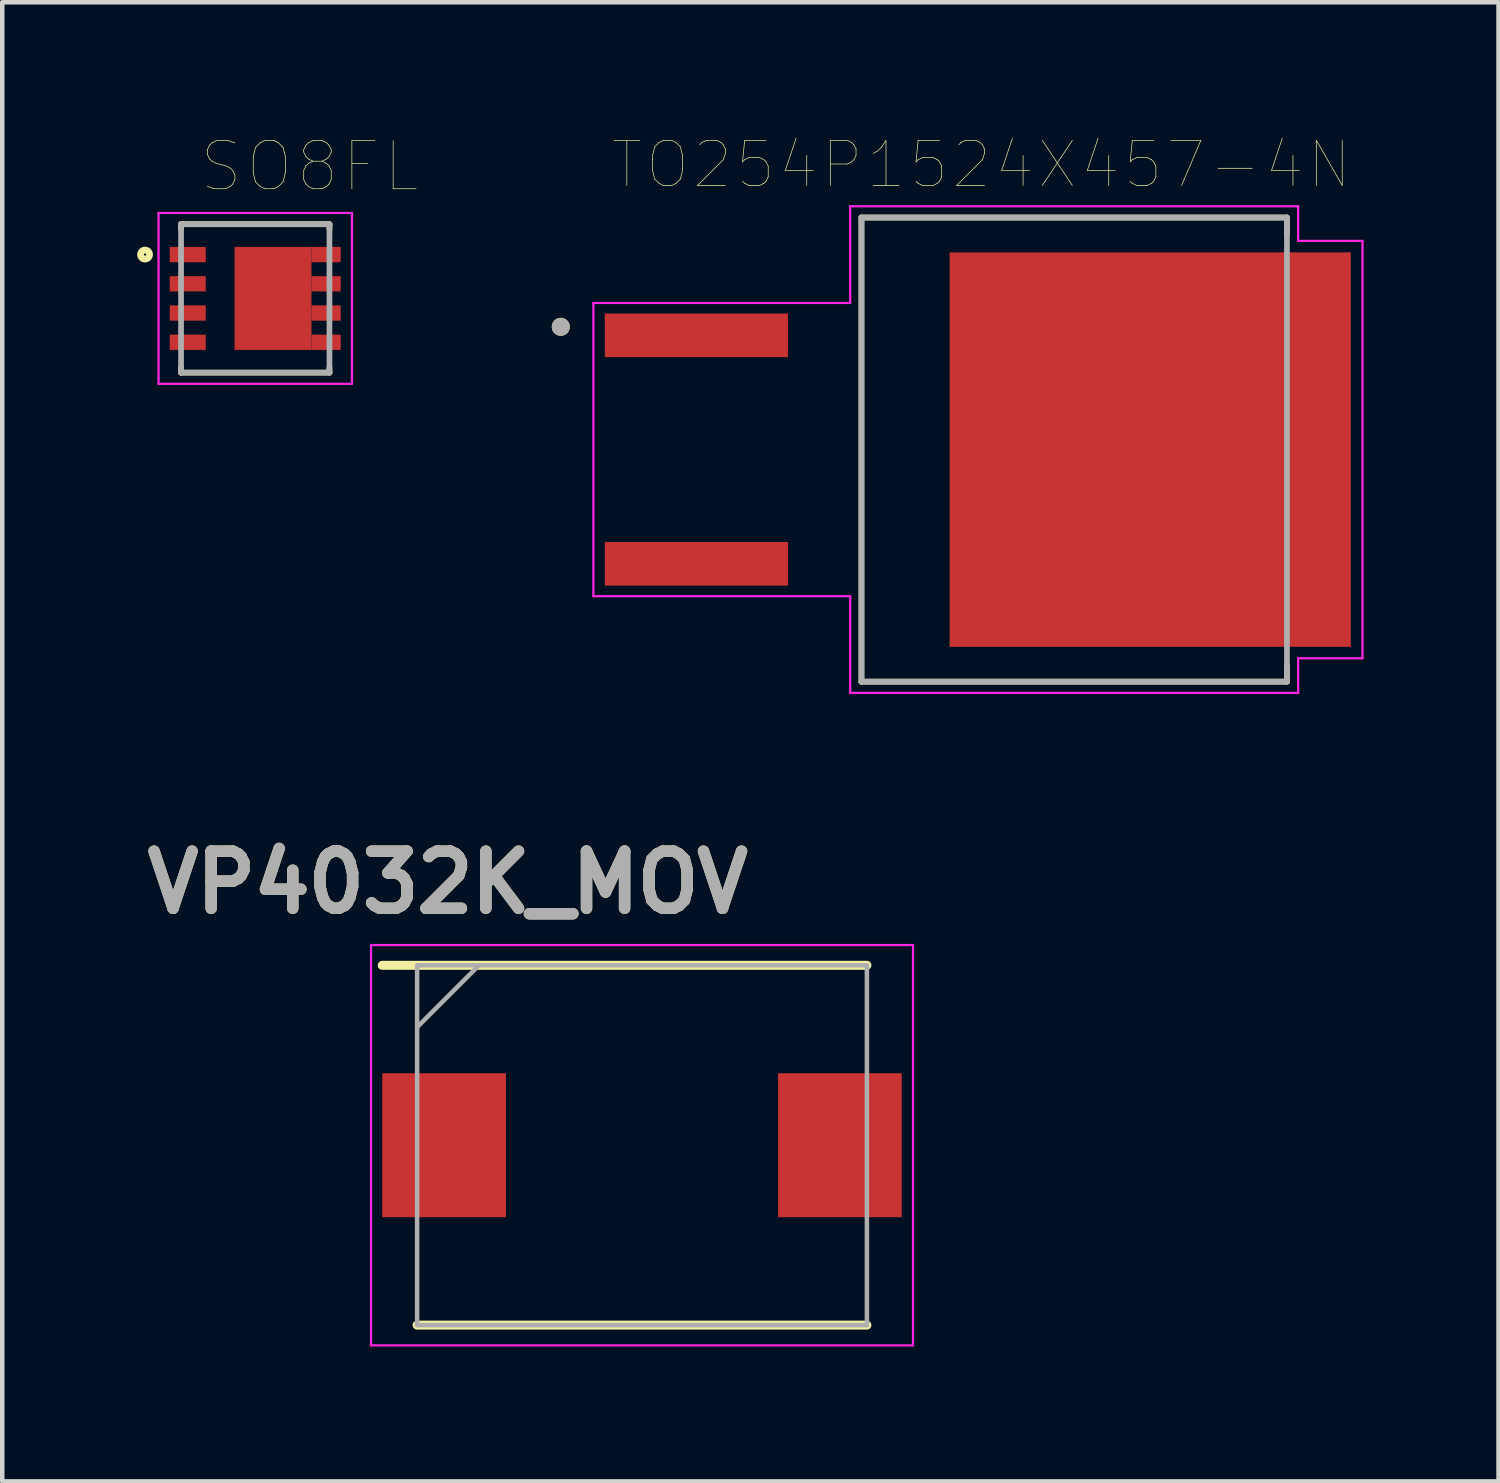
<source format=kicad_pcb>
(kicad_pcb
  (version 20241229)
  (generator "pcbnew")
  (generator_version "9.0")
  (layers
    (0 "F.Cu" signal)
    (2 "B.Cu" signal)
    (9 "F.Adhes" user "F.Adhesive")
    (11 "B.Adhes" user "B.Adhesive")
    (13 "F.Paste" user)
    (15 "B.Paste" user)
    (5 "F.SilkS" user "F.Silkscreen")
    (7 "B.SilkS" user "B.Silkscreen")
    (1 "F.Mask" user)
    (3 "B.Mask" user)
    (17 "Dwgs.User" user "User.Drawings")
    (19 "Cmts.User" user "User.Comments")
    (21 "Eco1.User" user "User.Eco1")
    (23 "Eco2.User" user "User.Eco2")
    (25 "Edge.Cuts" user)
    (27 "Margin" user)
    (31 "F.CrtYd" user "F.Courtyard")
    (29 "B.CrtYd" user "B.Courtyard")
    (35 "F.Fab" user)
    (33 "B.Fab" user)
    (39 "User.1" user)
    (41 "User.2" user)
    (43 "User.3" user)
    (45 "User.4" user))
  (footprint "TO254P1524X457-4N"
    (layer "F.Cu")
    (at 18.693 6.946)
    (property "Reference" "TO254P1524X457-4N" (at 0.075 -6.335 0) (layer "F.SilkS") (effects (font (size 1 1) (thickness 0.015))))
    (attr through_hole)
    (fp_line (start -2.59 -5.16) (end -2.59 5.16) (stroke (width 0.127) (type solid)) (layer "F.SilkS"))
    (fp_line (start -2.59 5.16) (end 6.87 5.16) (stroke (width 0.127) (type solid)) (layer "F.SilkS"))
    (fp_line (start 6.87 -5.16) (end -2.59 -5.16) (stroke (width 0.127) (type solid)) (layer "F.SilkS"))
    (fp_line (start 6.87 -5.16) (end 6.87 -4.8) (stroke (width 0.127) (type solid)) (layer "F.SilkS"))
    (fp_line (start 6.87 4.8) (end 6.87 5.16) (stroke (width 0.127) (type solid)) (layer "F.SilkS"))
    (fp_circle (center -9.275 -2.73) (end -9.175 -2.73) (stroke (width 0.2) (type solid)) (fill no) (layer "F.SilkS"))
    (fp_poly (pts (xy -0.205 -3.995) (xy 1.175 -3.995) (xy 1.175 -2.575) (xy -0.205 -2.575)) (stroke (width 0.01) (type solid)) (fill yes) (layer "F.Paste"))
    (fp_poly (pts (xy -0.205 -1.805) (xy 1.175 -1.805) (xy 1.175 -0.385) (xy -0.205 -0.385)) (stroke (width 0.01) (type solid)) (fill yes) (layer "F.Paste"))
    (fp_poly (pts (xy -0.205 0.385) (xy 1.175 0.385) (xy 1.175 1.805) (xy -0.205 1.805)) (stroke (width 0.01) (type solid)) (fill yes) (layer "F.Paste"))
    (fp_poly (pts (xy -0.205 2.575) (xy 1.175 2.575) (xy 1.175 3.995) (xy -0.205 3.995)) (stroke (width 0.01) (type solid)) (fill yes) (layer "F.Paste"))
    (fp_poly (pts (xy 2.025 -3.995) (xy 3.405 -3.995) (xy 3.405 -2.575) (xy 2.025 -2.575)) (stroke (width 0.01) (type solid)) (fill yes) (layer "F.Paste"))
    (fp_poly (pts (xy 2.025 -1.805) (xy 3.405 -1.805) (xy 3.405 -0.385) (xy 2.025 -0.385)) (stroke (width 0.01) (type solid)) (fill yes) (layer "F.Paste"))
    (fp_poly (pts (xy 2.025 0.385) (xy 3.405 0.385) (xy 3.405 1.805) (xy 2.025 1.805)) (stroke (width 0.01) (type solid)) (fill yes) (layer "F.Paste"))
    (fp_poly (pts (xy 2.025 2.575) (xy 3.405 2.575) (xy 3.405 3.995) (xy 2.025 3.995)) (stroke (width 0.01) (type solid)) (fill yes) (layer "F.Paste"))
    (fp_poly (pts (xy 4.255 -3.995) (xy 5.635 -3.995) (xy 5.635 -2.575) (xy 4.255 -2.575)) (stroke (width 0.01) (type solid)) (fill yes) (layer "F.Paste"))
    (fp_poly (pts (xy 4.255 -1.805) (xy 5.635 -1.805) (xy 5.635 -0.385) (xy 4.255 -0.385)) (stroke (width 0.01) (type solid)) (fill yes) (layer "F.Paste"))
    (fp_poly (pts (xy 4.255 0.385) (xy 5.635 0.385) (xy 5.635 1.805) (xy 4.255 1.805)) (stroke (width 0.01) (type solid)) (fill yes) (layer "F.Paste"))
    (fp_poly (pts (xy 4.255 2.575) (xy 5.635 2.575) (xy 5.635 3.995) (xy 4.255 3.995)) (stroke (width 0.01) (type solid)) (fill yes) (layer "F.Paste"))
    (fp_poly (pts (xy 6.485 -3.995) (xy 7.865 -3.995) (xy 7.865 -2.575) (xy 6.485 -2.575)) (stroke (width 0.01) (type solid)) (fill yes) (layer "F.Paste"))
    (fp_poly (pts (xy 6.485 -1.805) (xy 7.865 -1.805) (xy 7.865 -0.385) (xy 6.485 -0.385)) (stroke (width 0.01) (type solid)) (fill yes) (layer "F.Paste"))
    (fp_poly (pts (xy 6.485 0.385) (xy 7.865 0.385) (xy 7.865 1.805) (xy 6.485 1.805)) (stroke (width 0.01) (type solid)) (fill yes) (layer "F.Paste"))
    (fp_poly (pts (xy 6.485 2.575) (xy 7.865 2.575) (xy 7.865 3.995) (xy 6.485 3.995)) (stroke (width 0.01) (type solid)) (fill yes) (layer "F.Paste"))
    (fp_line (start -8.55 -3.26) (end -8.55 3.26) (stroke (width 0.05) (type solid)) (layer "F.CrtYd"))
    (fp_line (start -8.55 3.26) (end -2.84 3.26) (stroke (width 0.05) (type solid)) (layer "F.CrtYd"))
    (fp_line (start -2.84 -5.41) (end -2.84 -3.26) (stroke (width 0.05) (type solid)) (layer "F.CrtYd"))
    (fp_line (start -2.84 -3.26) (end -8.55 -3.26) (stroke (width 0.05) (type solid)) (layer "F.CrtYd"))
    (fp_line (start -2.84 3.26) (end -2.84 5.41) (stroke (width 0.05) (type solid)) (layer "F.CrtYd"))
    (fp_line (start -2.84 5.41) (end 7.12 5.41) (stroke (width 0.05) (type solid)) (layer "F.CrtYd"))
    (fp_line (start 7.12 -5.41) (end -2.84 -5.41) (stroke (width 0.05) (type solid)) (layer "F.CrtYd"))
    (fp_line (start 7.12 -4.64) (end 7.12 -5.41) (stroke (width 0.05) (type solid)) (layer "F.CrtYd"))
    (fp_line (start 7.12 4.64) (end 8.55 4.64) (stroke (width 0.05) (type solid)) (layer "F.CrtYd"))
    (fp_line (start 7.12 5.41) (end 7.12 4.64) (stroke (width 0.05) (type solid)) (layer "F.CrtYd"))
    (fp_line (start 8.55 -4.64) (end 7.12 -4.64) (stroke (width 0.05) (type solid)) (layer "F.CrtYd"))
    (fp_line (start 8.55 -4.64) (end 8.55 4.64) (stroke (width 0.05) (type solid)) (layer "F.CrtYd"))
    (fp_line (start -2.59 -5.16) (end -2.59 5.16) (stroke (width 0.127) (type solid)) (layer "F.Fab"))
    (fp_line (start -2.59 5.16) (end 6.87 5.16) (stroke (width 0.127) (type solid)) (layer "F.Fab"))
    (fp_line (start 6.87 -5.16) (end -2.59 -5.16) (stroke (width 0.127) (type solid)) (layer "F.Fab"))
    (fp_line (start 6.87 5.16) (end 6.87 -5.16) (stroke (width 0.127) (type solid)) (layer "F.Fab"))
    (fp_circle (center -9.275 -2.73) (end -9.175 -2.73) (stroke (width 0.2) (type solid)) (fill no) (layer "F.Fab"))
    (pad "1" smd rect (at -6.26 -2.54) (size 4.07 0.97) (layers "F.Cu" "F.Mask" "F.Paste"))
    (pad "2" smd rect (at 3.83 0) (size 8.92 8.77) (layers "F.Cu" "F.Mask"))
    (pad "3" smd rect (at -6.26 2.54) (size 4.07 0.97) (layers "F.Cu" "F.Mask" "F.Paste")))
  (footprint "VP4032K_MOV"
    (layer "F.Cu")
    (at 11.224 22.412)
    (property "Reference" "VP4032K_MOV" (at -4.318 -5.842 0) (layer "F.SilkS") (effects (font (size 1.27 1.27) (thickness 0.254))))
    (attr smd)
    (fp_line (start -5 4) (end 5 4) (stroke (width 0.2) (type solid)) (layer "F.SilkS"))
    (fp_line (start 5 -4) (end -5.775 -4) (stroke (width 0.2) (type solid)) (layer "F.SilkS"))
    (fp_line (start -6.025 -4.45) (end 6.025 -4.45) (stroke (width 0.05) (type solid)) (layer "F.CrtYd"))
    (fp_line (start -6.025 4.45) (end -6.025 -4.45) (stroke (width 0.05) (type solid)) (layer "F.CrtYd"))
    (fp_line (start 6.025 -4.45) (end 6.025 4.45) (stroke (width 0.05) (type solid)) (layer "F.CrtYd"))
    (fp_line (start 6.025 4.45) (end -6.025 4.45) (stroke (width 0.05) (type solid)) (layer "F.CrtYd"))
    (fp_line (start -5 -4) (end 5 -4) (stroke (width 0.1) (type solid)) (layer "F.Fab"))
    (fp_line (start -5 -2.625) (end -3.625 -4) (stroke (width 0.1) (type solid)) (layer "F.Fab"))
    (fp_line (start -5 4) (end -5 -4) (stroke (width 0.1) (type solid)) (layer "F.Fab"))
    (fp_line (start 5 -4) (end 5 4) (stroke (width 0.1) (type solid)) (layer "F.Fab"))
    (fp_line (start 5 4) (end -5 4) (stroke (width 0.1) (type solid)) (layer "F.Fab"))
    (fp_text user "${REFERENCE}" (at -4.318 -5.842 0) (layer "F.Fab") (effects (font (size 1.27 1.27) (thickness 0.254))))
    (pad "1" smd rect (at -4.4 0) (size 2.75 3.2) (layers "F.Cu" "F.Mask" "F.Paste"))
    (pad "2" smd rect (at 4.4 0) (size 2.75 3.2) (layers "F.Cu" "F.Mask" "F.Paste")))
  (footprint "SO8FL"
    (layer "F.Cu")
    (at 2.625 3.585)
    (property "Reference" "SO8FL" (at 1.205 -2.933 0) (layer "F.SilkS") (effects (font (size 1.071 1.071) (thickness 0.015))))
    (attr through_hole)
    (fp_line (start -1.65 -1.65) (end -1.65 -1.545) (stroke (width 0.127) (type solid)) (layer "F.SilkS"))
    (fp_line (start -1.65 1.545) (end -1.65 1.65) (stroke (width 0.127) (type solid)) (layer "F.SilkS"))
    (fp_line (start 1.65 -1.65) (end -1.65 -1.65) (stroke (width 0.127) (type solid)) (layer "F.SilkS"))
    (fp_line (start 1.65 -1.65) (end 1.65 -1.545) (stroke (width 0.127) (type solid)) (layer "F.SilkS"))
    (fp_line (start 1.65 1.545) (end 1.65 1.65) (stroke (width 0.127) (type solid)) (layer "F.SilkS"))
    (fp_line (start 1.65 1.65) (end -1.65 1.65) (stroke (width 0.127) (type solid)) (layer "F.SilkS"))
    (fp_circle (center -2.45 -0.975) (end -2.35 -0.975) (stroke (width 0.15) (type solid)) (fill no) (layer "F.SilkS"))
    (fp_poly (pts (xy -0.441 -0.81) (xy 0.445 -0.81) (xy 0.445 -0.255) (xy -0.441 -0.255)) (stroke (width 0.01) (type solid)) (fill yes) (layer "F.Paste"))
    (fp_poly (pts (xy -0.438 0.24) (xy 0.445 0.24) (xy 0.445 0.854) (xy -0.438 0.854)) (stroke (width 0.01) (type solid)) (fill yes) (layer "F.Paste"))
    (fp_poly (pts (xy 0.364 0.24) (xy 1.205 0.24) (xy 1.205 0.855) (xy 0.364 0.855)) (stroke (width 0.01) (type solid)) (fill yes) (layer "F.Paste"))
    (fp_poly (pts (xy 0.366 -0.81) (xy 1.205 -0.81) (xy 1.205 -0.255) (xy 0.366 -0.255)) (stroke (width 0.01) (type solid)) (fill yes) (layer "F.Paste"))
    (fp_line (start -2.15 -1.9) (end 2.15 -1.9) (stroke (width 0.05) (type solid)) (layer "F.CrtYd"))
    (fp_line (start -2.15 1.9) (end -2.15 -1.9) (stroke (width 0.05) (type solid)) (layer "F.CrtYd"))
    (fp_line (start 2.15 -1.9) (end 2.15 1.9) (stroke (width 0.05) (type solid)) (layer "F.CrtYd"))
    (fp_line (start 2.15 1.9) (end -2.15 1.9) (stroke (width 0.05) (type solid)) (layer "F.CrtYd"))
    (fp_line (start -1.65 -1.65) (end 1.65 -1.65) (stroke (width 0.127) (type solid)) (layer "F.Fab"))
    (fp_line (start -1.65 1.65) (end -1.65 -1.65) (stroke (width 0.127) (type solid)) (layer "F.Fab"))
    (fp_line (start 1.65 -1.65) (end 1.65 1.65) (stroke (width 0.127) (type solid)) (layer "F.Fab"))
    (fp_line (start 1.65 1.65) (end -1.65 1.65) (stroke (width 0.127) (type solid)) (layer "F.Fab"))
    (pad "1" smd rect (at -1.5 -0.975) (size 0.8 0.34) (layers "F.Cu" "F.Mask" "F.Paste"))
    (pad "1" smd rect (at -1.5 -0.325) (size 0.8 0.34) (layers "F.Cu" "F.Mask" "F.Paste"))
    (pad "1" smd rect (at -1.5 0.325) (size 0.8 0.34) (layers "F.Cu" "F.Mask" "F.Paste"))
    (pad "4" smd rect (at -1.5 0.975) (size 0.8 0.34) (layers "F.Cu" "F.Mask" "F.Paste"))
    (pad "5" smd rect (at 0.395 0) (size 1.71 2.29) (layers "F.Cu" "F.Mask"))
    (pad "5" smd rect (at 1.575 -0.975) (size 0.65 0.34) (layers "F.Cu" "F.Mask" "F.Paste"))
    (pad "5" smd rect (at 1.575 -0.325) (size 0.65 0.34) (layers "F.Cu" "F.Mask" "F.Paste"))
    (pad "5" smd rect (at 1.575 0.325) (size 0.65 0.34) (layers "F.Cu" "F.Mask" "F.Paste"))
    (pad "5" smd rect (at 1.575 0.975) (size 0.65 0.34) (layers "F.Cu" "F.Mask" "F.Paste")))
  (gr_rect
    (start -3 -3)
    (end 30.268 29.887)
    (stroke (width 0.1) (type default))
    (fill no)
    (layer "Edge.Cuts")))
</source>
